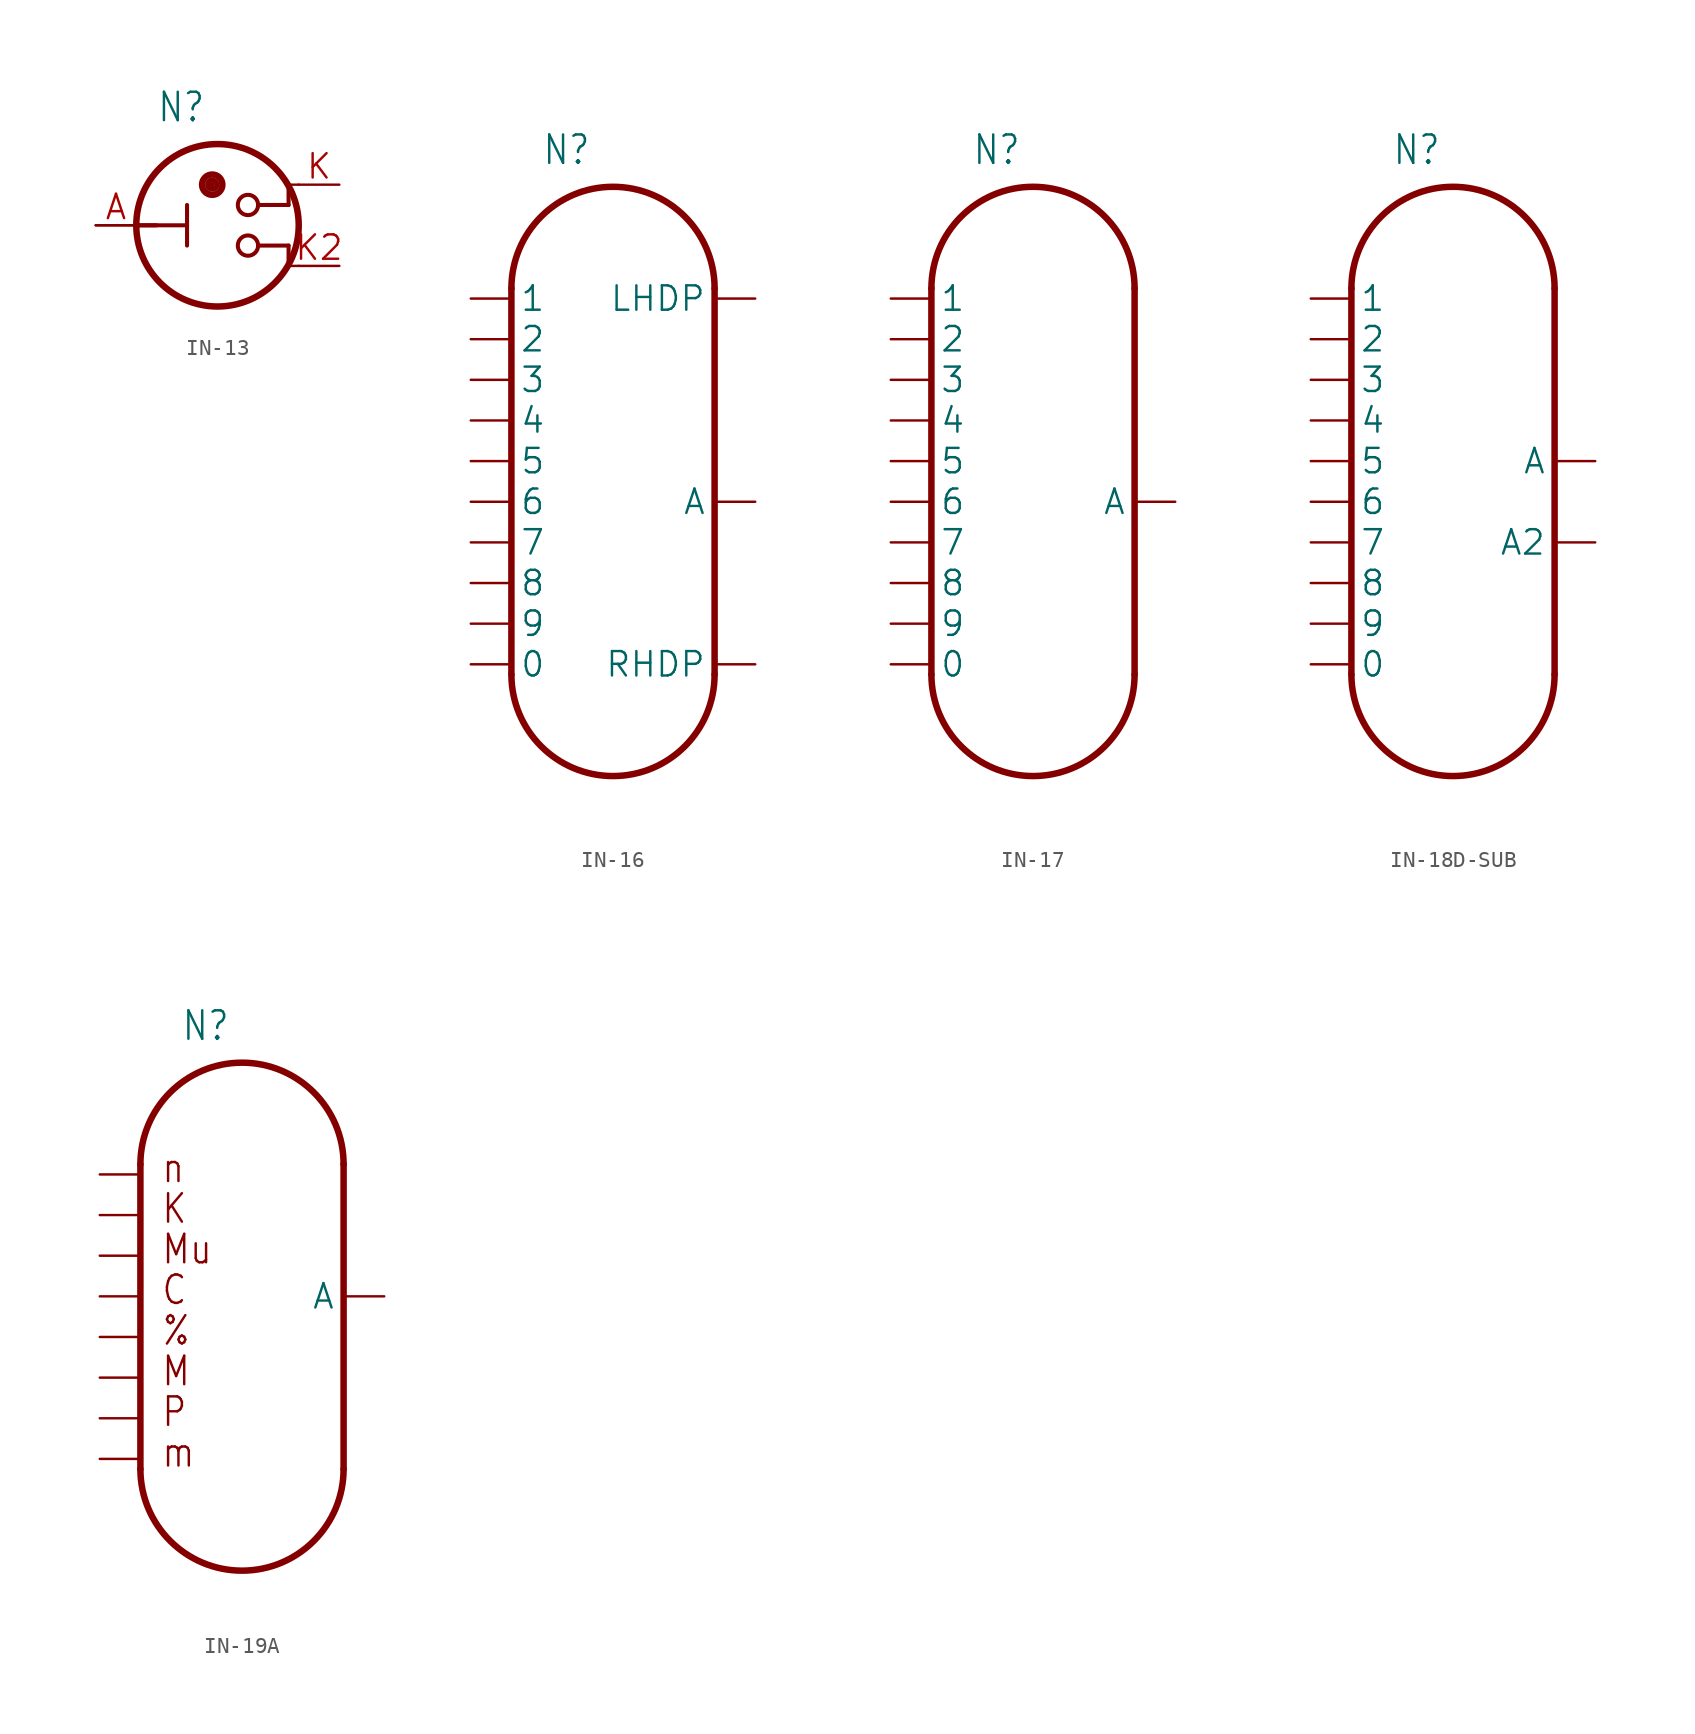
<source format=kicad_sym>
(kicad_symbol_lib
  (version 20241209)
  (generator "kicad_symbol_editor")
  (generator_version "9.0")
  (symbol "IN-13"
    (property "Reference" "N"
      (at -3.81 6.35 0)
      (effects (font (size 1.778 1.511)) (justify left bottom)))
    (property "ki_locked" ""
      (at 0 0 0)
      (effects (font (size 1.27 1.27))))
    (symbol "IN-13_1_0"
      (polyline (pts (xy -7.62 0) (xy -5.08 0)) (stroke (width 0.152) (type solid)) (fill (type none)))
      (polyline (pts (xy -5.08 0) (xy -1.905 0)) (stroke (width 0.254) (type solid)) (fill (type none)))
      (polyline (pts (xy -3.81 0) (xy -5.08 0)) (stroke (width 0.254) (type solid)) (fill (type none)))
      (polyline (pts (xy -1.905 0) (xy -1.905 1.27)) (stroke (width 0.254) (type solid)) (fill (type none)))
      (polyline (pts (xy -1.905 0) (xy -1.905 -1.27)) (stroke (width 0.254) (type solid)) (fill (type none)))
      (circle (center -0.33 2.54) (radius 0.091) (stroke (width 0.152) (type solid)) (fill (type none)))
      (circle (center -0.33 2.54) (radius 0.217) (stroke (width 0.152) (type solid)) (fill (type none)))
      (circle (center -0.33 2.54) (radius 0.259) (stroke (width 0.152) (type solid)) (fill (type none)))
      (circle (center -0.33 2.54) (radius 0.37) (stroke (width 0.152) (type solid)) (fill (type none)))
      (circle (center -0.33 2.54) (radius 0.635) (stroke (width 0.406) (type solid)) (fill (type none)))
      (polyline (pts (xy -0.33 2.515) (xy -0.279 2.515)) (stroke (width 0.152) (type solid)) (fill (type none)))
      (arc (start -0.3302 2.5146) (mid -0.3661 2.5295) (end -0.381 2.5654) (stroke (width 0.1524) (type solid)) (fill (type none)))
      (circle (center 0 0) (radius 5.08) (stroke (width 0.406) (type solid)) (fill (type none)))
      (circle (center 1.905 1.27) (radius 0.635) (stroke (width 0.254) (type solid)) (fill (type none)))
      (circle (center 1.905 -1.27) (radius 0.635) (stroke (width 0.254) (type solid)) (fill (type none)))
      (polyline (pts (xy 4.445 1.27) (xy 2.54 1.27)) (stroke (width 0.254) (type solid)) (fill (type none)))
      (polyline (pts (xy 4.445 1.27) (xy 4.445 2.54)) (stroke (width 0.254) (type solid)) (fill (type none)))
      (polyline (pts (xy 4.445 -1.27) (xy 2.54 -1.27)) (stroke (width 0.254) (type solid)) (fill (type none)))
      (polyline (pts (xy 4.445 -1.27) (xy 4.445 -2.54)) (stroke (width 0.254) (type solid)) (fill (type none)))
      (polyline (pts (xy 5.08 2.54) (xy 4.445 2.54)) (stroke (width 0.152) (type solid)) (fill (type none)))
      (polyline (pts (xy 5.08 -2.54) (xy 4.445 -2.54)) (stroke (width 0.152) (type solid)) (fill (type none)))
      (pin bidirectional line (at -7.62 0 0) (length 2.54) (name "A" (effects (font (size 0 0)))) (number "A" (effects (font (size 1.524 1.524)))))
      (pin bidirectional line (at 7.62 2.54 180) (length 2.54) (name "K" (effects (font (size 0 0)))) (number "K" (effects (font (size 1.524 1.524)))))
      (pin bidirectional line (at 7.62 -2.54 180) (length 2.54) (name "K2" (effects (font (size 0 0)))) (number "K2" (effects (font (size 1.524 1.524)))))))
  (symbol "IN-16"
    (property "Reference" "N"
      (at -3.175 20.955 0)
      (effects (font (size 1.778 1.511)) (justify left bottom)))
    (property "ki_locked" ""
      (at 0 0 0)
      (effects (font (size 1.27 1.27))))
    (symbol "IN-16_1_0"
      (polyline (pts (xy -5.08 -10.795) (xy -5.08 13.335)) (stroke (width 0.406) (type solid)) (fill (type none)))
      (arc (start -5.08 13.335) (mid 1.27 19.685) (end 7.62 13.335) (stroke (width 0.4064) (type solid)) (fill (type none)))
      (arc (start 7.62 -10.795) (mid 1.27 -17.145) (end -5.08 -10.795) (stroke (width 0.4064) (type solid)) (fill (type none)))
      (polyline (pts (xy 7.62 -10.795) (xy 7.62 13.335)) (stroke (width 0.406) (type solid)) (fill (type none)))
      (pin bidirectional line (at -7.62 12.7 0) (length 2.54) (name "1" (effects (font (size 1.524 1.524)))) (number "1" (effects (font (size 0 0)))))
      (pin bidirectional line (at -7.62 10.16 0) (length 2.54) (name "2" (effects (font (size 1.524 1.524)))) (number "2" (effects (font (size 0 0)))))
      (pin bidirectional line (at -7.62 7.62 0) (length 2.54) (name "3" (effects (font (size 1.524 1.524)))) (number "3" (effects (font (size 0 0)))))
      (pin bidirectional line (at -7.62 5.08 0) (length 2.54) (name "4" (effects (font (size 1.524 1.524)))) (number "4" (effects (font (size 0 0)))))
      (pin bidirectional line (at -7.62 2.54 0) (length 2.54) (name "5" (effects (font (size 1.524 1.524)))) (number "5" (effects (font (size 0 0)))))
      (pin bidirectional line (at -7.62 0 0) (length 2.54) (name "6" (effects (font (size 1.524 1.524)))) (number "6" (effects (font (size 0 0)))))
      (pin bidirectional line (at -7.62 -2.54 0) (length 2.54) (name "7" (effects (font (size 1.524 1.524)))) (number "7" (effects (font (size 0 0)))))
      (pin bidirectional line (at -7.62 -5.08 0) (length 2.54) (name "8" (effects (font (size 1.524 1.524)))) (number "8" (effects (font (size 0 0)))))
      (pin bidirectional line (at -7.62 -7.62 0) (length 2.54) (name "9" (effects (font (size 1.524 1.524)))) (number "9" (effects (font (size 0 0)))))
      (pin bidirectional line (at -7.62 -10.16 0) (length 2.54) (name "0" (effects (font (size 1.524 1.524)))) (number "0" (effects (font (size 0 0)))))
      (pin bidirectional line (at 10.16 12.7 180) (length 2.54) (name "LHDP" (effects (font (size 1.524 1.524)))) (number "LHDP" (effects (font (size 0 0)))))
      (pin bidirectional line (at 10.16 0 180) (length 2.54) (name "A" (effects (font (size 1.524 1.524)))) (number "A" (effects (font (size 0 0)))))
      (pin bidirectional line (at 10.16 -10.16 180) (length 2.54) (name "RHDP" (effects (font (size 1.524 1.524)))) (number "RHDP" (effects (font (size 0 0)))))))
  (symbol "IN-17"
    (property "Reference" "N"
      (at -2.54 20.955 0)
      (effects (font (size 1.778 1.511)) (justify left bottom)))
    (property "ki_locked" ""
      (at 0 0 0)
      (effects (font (size 1.27 1.27))))
    (symbol "IN-17_1_0"
      (polyline (pts (xy -5.08 -10.795) (xy -5.08 13.335)) (stroke (width 0.406) (type solid)) (fill (type none)))
      (arc (start -5.08 13.335) (mid 1.27 19.685) (end 7.62 13.335) (stroke (width 0.4064) (type solid)) (fill (type none)))
      (arc (start 7.62 -10.795) (mid 1.27 -17.145) (end -5.08 -10.795) (stroke (width 0.4064) (type solid)) (fill (type none)))
      (polyline (pts (xy 7.62 -10.795) (xy 7.62 13.335)) (stroke (width 0.406) (type solid)) (fill (type none)))
      (pin bidirectional line (at -7.62 12.7 0) (length 2.54) (name "1" (effects (font (size 1.524 1.524)))) (number "1" (effects (font (size 0 0)))))
      (pin bidirectional line (at -7.62 10.16 0) (length 2.54) (name "2" (effects (font (size 1.524 1.524)))) (number "2" (effects (font (size 0 0)))))
      (pin bidirectional line (at -7.62 7.62 0) (length 2.54) (name "3" (effects (font (size 1.524 1.524)))) (number "3" (effects (font (size 0 0)))))
      (pin bidirectional line (at -7.62 5.08 0) (length 2.54) (name "4" (effects (font (size 1.524 1.524)))) (number "4" (effects (font (size 0 0)))))
      (pin bidirectional line (at -7.62 2.54 0) (length 2.54) (name "5" (effects (font (size 1.524 1.524)))) (number "5" (effects (font (size 0 0)))))
      (pin bidirectional line (at -7.62 0 0) (length 2.54) (name "6" (effects (font (size 1.524 1.524)))) (number "6" (effects (font (size 0 0)))))
      (pin bidirectional line (at -7.62 -2.54 0) (length 2.54) (name "7" (effects (font (size 1.524 1.524)))) (number "7" (effects (font (size 0 0)))))
      (pin bidirectional line (at -7.62 -5.08 0) (length 2.54) (name "8" (effects (font (size 1.524 1.524)))) (number "8" (effects (font (size 0 0)))))
      (pin bidirectional line (at -7.62 -7.62 0) (length 2.54) (name "9" (effects (font (size 1.524 1.524)))) (number "9" (effects (font (size 0 0)))))
      (pin bidirectional line (at -7.62 -10.16 0) (length 2.54) (name "0" (effects (font (size 1.524 1.524)))) (number "0" (effects (font (size 0 0)))))
      (pin bidirectional line (at 10.16 0 180) (length 2.54) (name "A" (effects (font (size 1.524 1.524)))) (number "A" (effects (font (size 0 0)))))))
  (symbol "IN-18D-SUB"
    (property "Reference" "N"
      (at -5.08 20.955 0)
      (effects (font (size 1.778 1.511)) (justify left bottom)))
    (property "ki_locked" ""
      (at 0 0 0)
      (effects (font (size 1.27 1.27))))
    (symbol "IN-18D-SUB_1_0"
      (polyline (pts (xy -7.62 -10.795) (xy -7.62 13.335)) (stroke (width 0.406) (type solid)) (fill (type none)))
      (arc (start -7.62 13.335) (mid -1.27 19.685) (end 5.08 13.335) (stroke (width 0.4064) (type solid)) (fill (type none)))
      (arc (start 5.08 -10.795) (mid -1.27 -17.145) (end -7.62 -10.795) (stroke (width 0.4064) (type solid)) (fill (type none)))
      (polyline (pts (xy 5.08 -10.795) (xy 5.08 13.335)) (stroke (width 0.406) (type solid)) (fill (type none)))
      (pin bidirectional line (at -10.16 12.7 0) (length 2.54) (name "1" (effects (font (size 1.524 1.524)))) (number "1" (effects (font (size 0 0)))))
      (pin bidirectional line (at -10.16 10.16 0) (length 2.54) (name "2" (effects (font (size 1.524 1.524)))) (number "2" (effects (font (size 0 0)))))
      (pin bidirectional line (at -10.16 7.62 0) (length 2.54) (name "3" (effects (font (size 1.524 1.524)))) (number "3" (effects (font (size 0 0)))))
      (pin bidirectional line (at -10.16 5.08 0) (length 2.54) (name "4" (effects (font (size 1.524 1.524)))) (number "4" (effects (font (size 0 0)))))
      (pin bidirectional line (at -10.16 2.54 0) (length 2.54) (name "5" (effects (font (size 1.524 1.524)))) (number "5" (effects (font (size 0 0)))))
      (pin bidirectional line (at -10.16 0 0) (length 2.54) (name "6" (effects (font (size 1.524 1.524)))) (number "6" (effects (font (size 0 0)))))
      (pin bidirectional line (at -10.16 -2.54 0) (length 2.54) (name "7" (effects (font (size 1.524 1.524)))) (number "7" (effects (font (size 0 0)))))
      (pin bidirectional line (at -10.16 -5.08 0) (length 2.54) (name "8" (effects (font (size 1.524 1.524)))) (number "8" (effects (font (size 0 0)))))
      (pin bidirectional line (at -10.16 -7.62 0) (length 2.54) (name "9" (effects (font (size 1.524 1.524)))) (number "9" (effects (font (size 0 0)))))
      (pin bidirectional line (at -10.16 -10.16 0) (length 2.54) (name "0" (effects (font (size 1.524 1.524)))) (number "0" (effects (font (size 0 0)))))
      (pin bidirectional line (at 7.62 2.54 180) (length 2.54) (name "A" (effects (font (size 1.524 1.524)))) (number "A" (effects (font (size 0 0)))))
      (pin bidirectional line (at 7.62 -2.54 180) (length 2.54) (name "A2" (effects (font (size 1.524 1.524)))) (number "A2" (effects (font (size 0 0)))))))
  (symbol "IN-19A"
    (property "Reference" "N"
      (at -2.54 20.955 0)
      (effects (font (size 1.778 1.511)) (justify left bottom)))
    (property "ki_locked" ""
      (at 0 0 0)
      (effects (font (size 1.27 1.27))))
    (symbol "IN-19A_1_0"
      (polyline (pts (xy -5.08 -5.715) (xy -5.08 13.335)) (stroke (width 0.406) (type solid)) (fill (type none)))
      (arc (start -5.08 13.335) (mid 1.27 19.685) (end 7.62 13.335) (stroke (width 0.4064) (type solid)) (fill (type none)))
      (arc (start 7.62 -5.7148) (mid 1.2701 -12.0649) (end -5.08 -5.715) (stroke (width 0.4064) (type solid)) (fill (type none)))
      (polyline (pts (xy 7.62 -5.715) (xy 7.62 13.335)) (stroke (width 0.406) (type solid)) (fill (type none)))
      (text "n" (at -3.81 12.065 0) (effects (font (size 1.778 1.511)) (justify left bottom)))
      (text "K" (at -3.81 9.525 0) (effects (font (size 1.778 1.511)) (justify left bottom)))
      (text "Mu" (at -3.81 6.985 0) (effects (font (size 1.778 1.511)) (justify left bottom)))
      (text "C" (at -3.81 4.445 0) (effects (font (size 1.778 1.511)) (justify left bottom)))
      (text "%" (at -3.81 1.905 0) (effects (font (size 1.778 1.511)) (justify left bottom)))
      (text "M" (at -3.81 -0.635 0) (effects (font (size 1.778 1.511)) (justify left bottom)))
      (text "P" (at -3.81 -3.175 0) (effects (font (size 1.778 1.511)) (justify left bottom)))
      (text "m" (at -3.81 -5.715 0) (effects (font (size 1.778 1.511)) (justify left bottom)))
      (pin bidirectional line (at -7.62 12.7 0) (length 2.54) (name "P$1" (effects (font (size 0 0)))) (number "11" (effects (font (size 0 0)))))
      (pin bidirectional line (at -7.62 10.16 0) (length 2.54) (name "P$2" (effects (font (size 0 0)))) (number "10" (effects (font (size 0 0)))))
      (pin bidirectional line (at -7.62 7.62 0) (length 2.54) (name "P$3" (effects (font (size 0 0)))) (number "12" (effects (font (size 0 0)))))
      (pin bidirectional line (at -7.62 5.08 0) (length 2.54) (name "P$4" (effects (font (size 0 0)))) (number "14" (effects (font (size 0 0)))))
      (pin bidirectional line (at -7.62 2.54 0) (length 2.54) (name "P$5" (effects (font (size 0 0)))) (number "2" (effects (font (size 0 0)))))
      (pin bidirectional line (at -7.62 0 0) (length 2.54) (name "P$6" (effects (font (size 0 0)))) (number "4" (effects (font (size 0 0)))))
      (pin bidirectional line (at -7.62 -2.54 0) (length 2.54) (name "P$7" (effects (font (size 0 0)))) (number "5" (effects (font (size 0 0)))))
      (pin bidirectional line (at -7.62 -5.08 0) (length 2.54) (name "P$8" (effects (font (size 0 0)))) (number "6" (effects (font (size 0 0)))))
      (pin bidirectional line (at 10.16 5.08 180) (length 2.54) (name "A" (effects (font (size 1.524 1.524)))) (number "8" (effects (font (size 0 0))))))))
</source>
